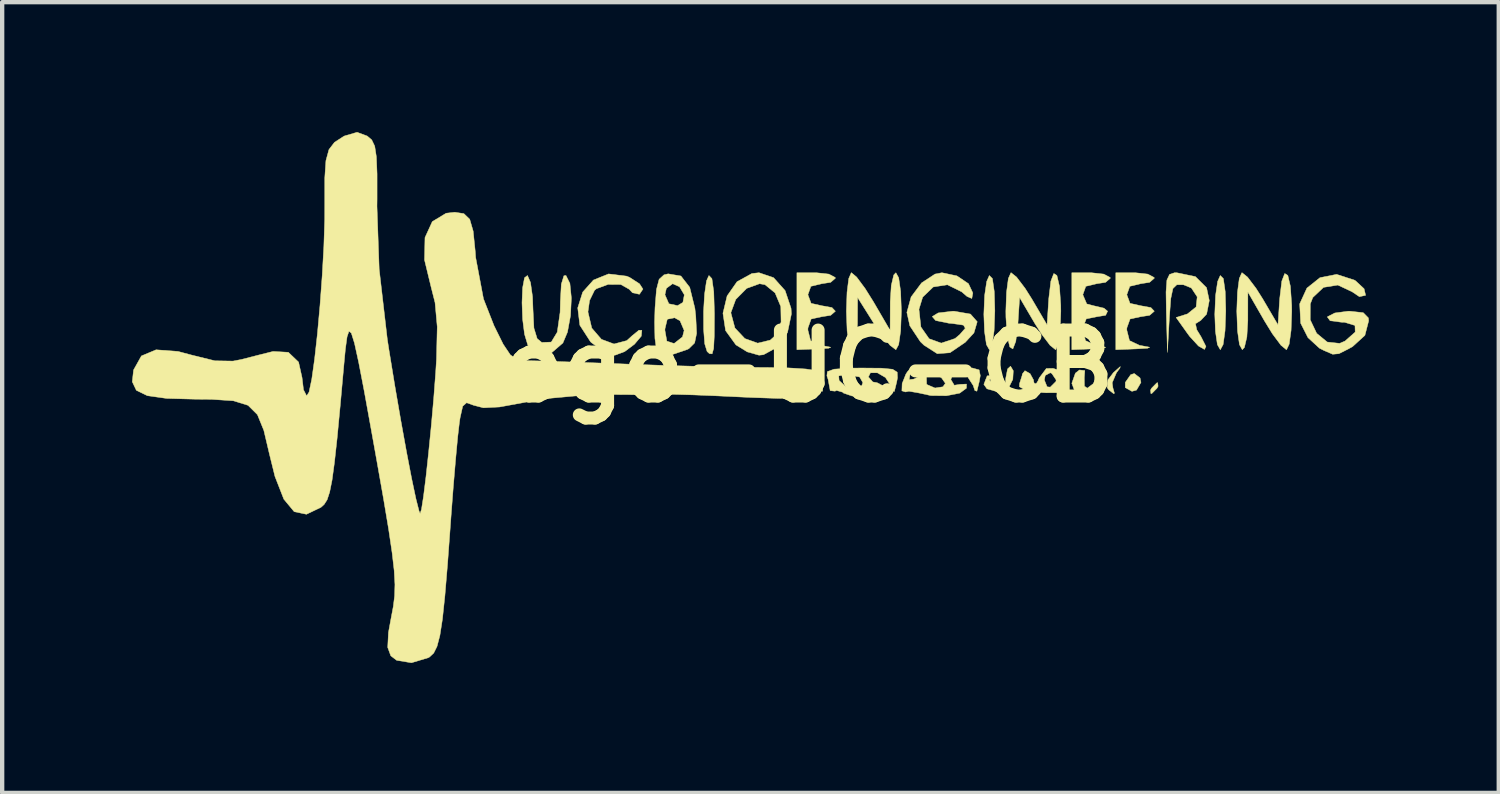
<source format=kicad_pcb>
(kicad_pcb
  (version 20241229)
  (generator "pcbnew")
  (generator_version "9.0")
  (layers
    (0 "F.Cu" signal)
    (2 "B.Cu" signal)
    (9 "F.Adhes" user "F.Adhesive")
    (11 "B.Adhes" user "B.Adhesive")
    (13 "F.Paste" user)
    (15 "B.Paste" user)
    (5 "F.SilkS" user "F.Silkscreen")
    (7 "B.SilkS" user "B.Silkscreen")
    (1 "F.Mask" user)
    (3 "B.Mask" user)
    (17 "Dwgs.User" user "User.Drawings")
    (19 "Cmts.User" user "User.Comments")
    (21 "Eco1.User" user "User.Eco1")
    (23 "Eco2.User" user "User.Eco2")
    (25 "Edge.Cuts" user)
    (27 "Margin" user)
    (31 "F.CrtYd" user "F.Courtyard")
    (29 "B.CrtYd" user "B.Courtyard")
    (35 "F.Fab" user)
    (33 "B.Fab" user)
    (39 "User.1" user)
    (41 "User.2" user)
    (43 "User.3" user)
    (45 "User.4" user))
  (footprint "logo-UC-CB"
    (layer "F.Cu")
    (at 15.229 5.408)
    (property "Reference" "logo-UC-CB" (at 0 0 0) (layer "F.SilkS") (effects (font (size 1.524 1.524) (thickness 0.3))))
    (attr through_hole)
    (fp_poly (pts (xy 8.053 0.273) (xy 8.074 0.375) (xy 7.971 0.552) (xy 7.866 0.581) (xy 7.711 0.494) (xy 7.712 0.375) (xy 7.837 0.196) (xy 7.92 0.169) (xy 8.053 0.273)) (stroke (width 0.01) (type solid)) (fill yes) (layer "F.SilkS"))
    (fp_poly (pts (xy 8.469 0.463) (xy 8.445 0.508) (xy 8.326 0.629) (xy 8.304 0.635) (xy 8.295 0.553) (xy 8.319 0.508) (xy 8.438 0.387) (xy 8.46 0.381) (xy 8.469 0.463)) (stroke (width 0.01) (type solid)) (fill yes) (layer "F.SilkS"))
    (fp_poly (pts (xy 7.587 0.044) (xy 7.507 0.153) (xy 7.409 0.383) (xy 7.426 0.502) (xy 7.462 0.625) (xy 7.444 0.635) (xy 7.329 0.545) (xy 7.295 0.496) (xy 7.311 0.315) (xy 7.439 0.147) (xy 7.597 0.008) (xy 7.587 0.044)) (stroke (width 0.01) (type solid)) (fill yes) (layer "F.SilkS"))
    (fp_poly (pts (xy 4.643 -2.024) (xy 4.686 -1.722) (xy 4.699 -1.277) (xy 4.682 -0.819) (xy 4.638 -0.501) (xy 4.573 -0.381) (xy 4.572 -0.381) (xy 4.505 -0.498) (xy 4.46 -0.806) (xy 4.445 -1.199) (xy 4.463 -1.633) (xy 4.511 -1.958) (xy 4.572 -2.095) (xy 4.643 -2.024)) (stroke (width 0.01) (type solid)) (fill yes) (layer "F.SilkS"))
    (fp_poly (pts (xy 9.977 -2.024) (xy 10.02 -1.722) (xy 10.033 -1.277) (xy 10.016 -0.819) (xy 9.972 -0.501) (xy 9.907 -0.381) (xy 9.906 -0.381) (xy 9.839 -0.498) (xy 9.794 -0.806) (xy 9.779 -1.199) (xy 9.797 -1.633) (xy 9.845 -1.958) (xy 9.906 -2.095) (xy 9.977 -2.024)) (stroke (width 0.01) (type solid)) (fill yes) (layer "F.SilkS"))
    (fp_poly (pts (xy -1.836 -2.022) (xy -1.793 -1.717) (xy -1.778 -1.214) (xy -1.781 -0.706) (xy -1.796 -0.41) (xy -1.831 -0.285) (xy -1.893 -0.29) (xy -1.947 -0.339) (xy -2.002 -0.516) (xy -2.028 -0.853) (xy -2.029 -1.265) (xy -2.005 -1.667) (xy -1.96 -1.973) (xy -1.905 -2.095) (xy -1.836 -2.022)) (stroke (width 0.01) (type solid)) (fill yes) (layer "F.SilkS"))
    (fp_poly (pts (xy 6.777 0.101) (xy 6.765 0.264) (xy 6.768 0.461) (xy 6.834 0.508) (xy 6.974 0.403) (xy 7.024 0.286) (xy 7.07 0.173) (xy 7.095 0.302) (xy 7.097 0.349) (xy 7.052 0.567) (xy 6.841 0.634) (xy 6.795 0.635) (xy 6.543 0.573) (xy 6.477 0.395) (xy 6.559 0.161) (xy 6.653 0.087) (xy 6.777 0.101)) (stroke (width 0.01) (type solid)) (fill yes) (layer "F.SilkS"))
    (fp_poly (pts (xy 5.125 0.105) (xy 5.114 0.303) (xy 4.997 0.539) (xy 4.75 0.589) (xy 4.517 0.522) (xy 4.445 0.42) (xy 4.485 0.318) (xy 4.572 0.318) (xy 4.636 0.381) (xy 4.699 0.318) (xy 4.636 0.254) (xy 4.572 0.318) (xy 4.485 0.318) (xy 4.522 0.223) (xy 4.689 0.217) (xy 4.814 0.347) (xy 4.913 0.488) (xy 4.946 0.4) (xy 4.949 0.286) (xy 4.993 0.063) (xy 5.062 0) (xy 5.125 0.105)) (stroke (width 0.01) (type solid)) (fill yes) (layer "F.SilkS"))
    (fp_poly (pts (xy 0.865 -2.127) (xy 1.012 -2.049) (xy 1.016 -2.032) (xy 0.907 -1.937) (xy 0.699 -1.905) (xy 0.45 -1.845) (xy 0.381 -1.651) (xy 0.455 -1.452) (xy 0.699 -1.397) (xy 0.937 -1.354) (xy 1.016 -1.27) (xy 0.907 -1.175) (xy 0.699 -1.143) (xy 0.456 -1.09) (xy 0.382 -0.884) (xy 0.381 -0.834) (xy 0.443 -0.591) (xy 0.675 -0.481) (xy 0.73 -0.472) (xy 0.909 -0.437) (xy 0.859 -0.415) (xy 0.603 -0.4) (xy 0.127 -0.381) (xy 0.127 -2.159) (xy 0.572 -2.159) (xy 0.865 -2.127)) (stroke (width 0.01) (type solid)) (fill yes) (layer "F.SilkS"))
    (fp_poly (pts (xy 7.215 -2.127) (xy 7.362 -2.049) (xy 7.366 -2.032) (xy 7.257 -1.937) (xy 7.048 -1.905) (xy 6.8 -1.845) (xy 6.731 -1.651) (xy 6.822 -1.438) (xy 6.978 -1.397) (xy 7.221 -1.339) (xy 7.303 -1.27) (xy 7.258 -1.176) (xy 7.056 -1.143) (xy 6.81 -1.093) (xy 6.733 -0.895) (xy 6.731 -0.834) (xy 6.793 -0.591) (xy 7.025 -0.481) (xy 7.08 -0.472) (xy 7.259 -0.437) (xy 7.209 -0.415) (xy 6.953 -0.4) (xy 6.477 -0.381) (xy 6.477 -2.159) (xy 6.921 -2.159) (xy 7.215 -2.127)) (stroke (width 0.01) (type solid)) (fill yes) (layer "F.SilkS"))
    (fp_poly (pts (xy 8.231 -2.127) (xy 8.378 -2.049) (xy 8.382 -2.032) (xy 8.273 -1.937) (xy 8.065 -1.905) (xy 7.816 -1.845) (xy 7.747 -1.651) (xy 7.821 -1.452) (xy 8.065 -1.397) (xy 8.303 -1.354) (xy 8.382 -1.27) (xy 8.273 -1.175) (xy 8.065 -1.143) (xy 7.822 -1.09) (xy 7.748 -0.884) (xy 7.747 -0.834) (xy 7.809 -0.591) (xy 8.041 -0.481) (xy 8.096 -0.472) (xy 8.275 -0.437) (xy 8.225 -0.415) (xy 7.969 -0.4) (xy 7.493 -0.381) (xy 7.493 -2.159) (xy 7.938 -2.159) (xy 8.231 -2.127)) (stroke (width 0.01) (type solid)) (fill yes) (layer "F.SilkS"))
    (fp_poly (pts (xy -5.116 -1.912) (xy -5.082 -1.573) (xy -5.102 -1.168) (xy -5.172 -0.788) (xy -5.278 -0.536) (xy -5.547 -0.304) (xy -5.836 -0.279) (xy -6.072 -0.466) (xy -6.092 -0.5) (xy -6.164 -0.739) (xy -6.208 -1.086) (xy -6.222 -1.468) (xy -6.208 -1.811) (xy -6.164 -2.043) (xy -6.096 -2.095) (xy -6.026 -1.934) (xy -5.979 -1.603) (xy -5.969 -1.322) (xy -5.947 -0.88) (xy -5.872 -0.636) (xy -5.766 -0.549) (xy -5.547 -0.557) (xy -5.408 -0.786) (xy -5.342 -1.246) (xy -5.336 -1.5) (xy -5.314 -1.896) (xy -5.254 -2.089) (xy -5.207 -2.095) (xy -5.116 -1.912)) (stroke (width 0.01) (type solid)) (fill yes) (layer "F.SilkS"))
    (fp_poly (pts (xy 5.201 -2.058) (xy 5.398 -1.798) (xy 5.551 -1.556) (xy 5.905 -0.953) (xy 5.944 -1.556) (xy 5.993 -1.966) (xy 6.061 -2.141) (xy 6.132 -2.096) (xy 6.191 -1.847) (xy 6.221 -1.411) (xy 6.223 -1.27) (xy 6.207 -0.832) (xy 6.165 -0.514) (xy 6.106 -0.382) (xy 6.101 -0.381) (xy 5.975 -0.482) (xy 5.778 -0.742) (xy 5.625 -0.984) (xy 5.271 -1.587) (xy 5.232 -0.984) (xy 5.183 -0.574) (xy 5.115 -0.399) (xy 5.044 -0.444) (xy 4.985 -0.693) (xy 4.955 -1.129) (xy 4.953 -1.27) (xy 4.969 -1.708) (xy 5.011 -2.026) (xy 5.07 -2.158) (xy 5.075 -2.159) (xy 5.201 -2.058)) (stroke (width 0.01) (type solid)) (fill yes) (layer "F.SilkS"))
    (fp_poly (pts (xy 9.331 -2.069) (xy 9.589 -1.813) (xy 9.652 -1.516) (xy 9.59 -1.202) (xy 9.457 -1.06) (xy 9.333 -0.981) (xy 9.363 -0.841) (xy 9.46 -0.683) (xy 9.575 -0.456) (xy 9.541 -0.387) (xy 9.402 -0.467) (xy 9.2 -0.687) (xy 9.151 -0.753) (xy 8.886 -1.125) (xy 9.149 -1.208) (xy 9.348 -1.369) (xy 9.373 -1.602) (xy 9.238 -1.807) (xy 9.055 -1.881) (xy 8.902 -1.882) (xy 8.812 -1.794) (xy 8.763 -1.563) (xy 8.731 -1.134) (xy 8.73 -1.119) (xy 8.685 -0.318) (xy 8.66 -1.238) (xy 8.653 -1.714) (xy 8.673 -1.99) (xy 8.734 -2.12) (xy 8.849 -2.158) (xy 8.898 -2.159) (xy 9.331 -2.069)) (stroke (width 0.01) (type solid)) (fill yes) (layer "F.SilkS"))
    (fp_poly (pts (xy 10.535 -2.058) (xy 10.732 -1.798) (xy 10.885 -1.556) (xy 11.239 -0.953) (xy 11.278 -1.556) (xy 11.327 -1.966) (xy 11.395 -2.141) (xy 11.466 -2.096) (xy 11.525 -1.847) (xy 11.555 -1.411) (xy 11.557 -1.27) (xy 11.541 -0.826) (xy 11.497 -0.509) (xy 11.436 -0.381) (xy 11.433 -0.381) (xy 11.308 -0.483) (xy 11.111 -0.747) (xy 10.926 -1.048) (xy 10.543 -1.714) (xy 10.542 -1.048) (xy 10.52 -0.675) (xy 10.463 -0.433) (xy 10.414 -0.381) (xy 10.349 -0.498) (xy 10.304 -0.813) (xy 10.287 -1.269) (xy 10.287 -1.27) (xy 10.303 -1.708) (xy 10.345 -2.026) (xy 10.404 -2.158) (xy 10.409 -2.159) (xy 10.535 -2.058)) (stroke (width 0.01) (type solid)) (fill yes) (layer "F.SilkS"))
    (fp_poly (pts (xy 2.478 -2.042) (xy 2.523 -1.727) (xy 2.54 -1.271) (xy 2.54 -1.27) (xy 2.523 -0.815) (xy 2.478 -0.5) (xy 2.414 -0.381) (xy 2.413 -0.381) (xy 2.281 -0.48) (xy 2.074 -0.737) (xy 1.908 -0.984) (xy 1.529 -1.587) (xy 1.526 -0.984) (xy 1.501 -0.633) (xy 1.439 -0.415) (xy 1.397 -0.381) (xy 1.332 -0.498) (xy 1.287 -0.813) (xy 1.27 -1.269) (xy 1.27 -1.27) (xy 1.285 -1.708) (xy 1.325 -2.026) (xy 1.382 -2.158) (xy 1.387 -2.159) (xy 1.507 -2.058) (xy 1.703 -1.794) (xy 1.892 -1.492) (xy 2.28 -0.826) (xy 2.283 -1.492) (xy 2.307 -1.865) (xy 2.364 -2.107) (xy 2.413 -2.159) (xy 2.478 -2.042)) (stroke (width 0.01) (type solid)) (fill yes) (layer "F.SilkS"))
    (fp_poly (pts (xy -3.807 -2.08) (xy -3.737 -2.051) (xy -3.508 -1.903) (xy -3.429 -1.781) (xy -3.51 -1.661) (xy -3.67 -1.696) (xy -3.747 -1.778) (xy -3.94 -1.887) (xy -4.235 -1.889) (xy -4.502 -1.79) (xy -4.547 -1.753) (xy -4.662 -1.517) (xy -4.699 -1.254) (xy -4.611 -0.88) (xy -4.388 -0.621) (xy -4.097 -0.513) (xy -3.802 -0.591) (xy -3.68 -0.702) (xy -3.522 -0.831) (xy -3.454 -0.829) (xy -3.467 -0.694) (xy -3.625 -0.507) (xy -3.852 -0.337) (xy -4.072 -0.255) (xy -4.089 -0.254) (xy -4.34 -0.34) (xy -4.622 -0.547) (xy -4.641 -0.566) (xy -4.886 -0.946) (xy -4.935 -1.346) (xy -4.82 -1.711) (xy -4.572 -1.99) (xy -4.223 -2.131) (xy -3.807 -2.08)) (stroke (width 0.01) (type solid)) (fill yes) (layer "F.SilkS"))
    (fp_poly (pts (xy -0.411 -2.044) (xy -0.146 -1.747) (xy -0.008 -1.337) (xy 0 -1.206) (xy -0.09 -0.778) (xy -0.324 -0.44) (xy -0.645 -0.265) (xy -0.748 -0.254) (xy -1.02 -0.331) (xy -1.281 -0.492) (xy -1.52 -0.822) (xy -1.581 -1.223) (xy -1.579 -1.229) (xy -1.397 -1.229) (xy -1.305 -0.883) (xy -1.075 -0.638) (xy -0.779 -0.532) (xy -0.489 -0.602) (xy -0.381 -0.699) (xy -0.238 -1.018) (xy -0.245 -1.378) (xy -0.377 -1.693) (xy -0.61 -1.883) (xy -0.736 -1.905) (xy -1.032 -1.798) (xy -1.285 -1.543) (xy -1.397 -1.24) (xy -1.397 -1.229) (xy -1.579 -1.229) (xy -1.485 -1.623) (xy -1.255 -1.952) (xy -0.914 -2.14) (xy -0.748 -2.159) (xy -0.411 -2.044)) (stroke (width 0.01) (type solid)) (fill yes) (layer "F.SilkS"))
    (fp_poly (pts (xy 6.246 0.117) (xy 6.297 0.127) (xy 6.34 0.234) (xy 6.35 0.386) (xy 6.319 0.544) (xy 6.183 0.612) (xy 5.875 0.614) (xy 5.777 0.608) (xy 5.411 0.561) (xy 5.266 0.473) (xy 5.269 0.402) (xy 5.329 0.215) (xy 5.334 0.18) (xy 5.394 0.104) (xy 5.512 0.171) (xy 5.593 0.319) (xy 5.596 0.349) (xy 5.624 0.457) (xy 5.7 0.331) (xy 5.705 0.318) (xy 5.842 0.318) (xy 5.906 0.476) (xy 5.979 0.484) (xy 6.11 0.353) (xy 6.115 0.318) (xy 6.016 0.169) (xy 5.979 0.151) (xy 5.863 0.213) (xy 5.842 0.318) (xy 5.705 0.318) (xy 5.724 0.272) (xy 5.888 0.053) (xy 6.044 0.05) (xy 6.246 0.117)) (stroke (width 0.01) (type solid)) (fill yes) (layer "F.SilkS"))
    (fp_poly (pts (xy 3.822 -2.086) (xy 4.09 -1.906) (xy 4.191 -1.69) (xy 4.167 -1.564) (xy 4.057 -1.611) (xy 3.933 -1.718) (xy 3.602 -1.881) (xy 3.276 -1.83) (xy 3.032 -1.595) (xy 2.946 -1.315) (xy 2.991 -0.906) (xy 3.181 -0.634) (xy 3.462 -0.533) (xy 3.779 -0.639) (xy 3.888 -0.73) (xy 4.016 -0.877) (xy 3.975 -0.948) (xy 3.726 -0.985) (xy 3.641 -0.992) (xy 3.332 -1.055) (xy 3.253 -1.146) (xy 3.389 -1.23) (xy 3.725 -1.27) (xy 3.758 -1.27) (xy 4.136 -1.204) (xy 4.292 -1.027) (xy 4.216 -0.769) (xy 4.015 -0.551) (xy 3.662 -0.311) (xy 3.369 -0.289) (xy 3.062 -0.486) (xy 2.979 -0.566) (xy 2.736 -0.932) (xy 2.667 -1.242) (xy 2.765 -1.6) (xy 3.007 -1.924) (xy 3.317 -2.128) (xy 3.477 -2.159) (xy 3.822 -2.086)) (stroke (width 0.01) (type solid)) (fill yes) (layer "F.SilkS"))
    (fp_poly (pts (xy 13.004 -1.988) (xy 13.029 -1.973) (xy 13.227 -1.789) (xy 13.263 -1.637) (xy 13.119 -1.606) (xy 12.947 -1.721) (xy 12.621 -1.874) (xy 12.291 -1.821) (xy 12.043 -1.587) (xy 11.985 -1.439) (xy 11.983 -1.072) (xy 12.132 -0.759) (xy 12.376 -0.558) (xy 12.663 -0.527) (xy 12.788 -0.581) (xy 13.022 -0.788) (xy 13.017 -0.941) (xy 12.779 -1.014) (xy 12.703 -1.016) (xy 12.443 -1.05) (xy 12.379 -1.136) (xy 12.383 -1.143) (xy 12.551 -1.229) (xy 12.859 -1.27) (xy 12.898 -1.27) (xy 13.208 -1.236) (xy 13.326 -1.116) (xy 13.333 -1.048) (xy 13.246 -0.712) (xy 12.963 -0.454) (xy 12.867 -0.4) (xy 12.647 -0.289) (xy 12.502 -0.276) (xy 12.3 -0.363) (xy 12.196 -0.416) (xy 11.931 -0.66) (xy 11.763 -0.992) (xy 11.74 -1.439) (xy 11.907 -1.804) (xy 12.209 -2.045) (xy 12.593 -2.121) (xy 13.004 -1.988)) (stroke (width 0.01) (type solid)) (fill yes) (layer "F.SilkS"))
    (fp_poly (pts (xy -2.552 -2.083) (xy -2.349 -1.822) (xy -2.229 -1.336) (xy -2.209 -1.158) (xy -2.189 -0.761) (xy -2.235 -0.537) (xy -2.366 -0.407) (xy -2.4 -0.388) (xy -2.764 -0.264) (xy -3.031 -0.312) (xy -3.122 -0.427) (xy -3.152 -0.642) (xy -3.156 -0.826) (xy -2.921 -0.826) (xy -2.877 -0.579) (xy -2.722 -0.528) (xy -2.699 -0.532) (xy -2.516 -0.676) (xy -2.477 -0.826) (xy -2.573 -1.05) (xy -2.699 -1.119) (xy -2.867 -1.085) (xy -2.921 -0.86) (xy -2.921 -0.826) (xy -3.156 -0.826) (xy -3.16 -1.017) (xy -3.15 -1.348) (xy -3.126 -1.651) (xy -2.921 -1.651) (xy -2.83 -1.442) (xy -2.63 -1.399) (xy -2.506 -1.473) (xy -2.473 -1.649) (xy -2.584 -1.835) (xy -2.744 -1.905) (xy -2.888 -1.799) (xy -2.921 -1.651) (xy -3.126 -1.651) (xy -3.116 -1.774) (xy -3.055 -2.008) (xy -2.943 -2.11) (xy -2.846 -2.133) (xy -2.552 -2.083)) (stroke (width 0.01) (type solid)) (fill yes) (layer "F.SilkS"))
    (fp_poly (pts (xy 2.082 0.046) (xy 2.338 0.071) (xy 2.444 0.138) (xy 2.45 0.268) (xy 2.431 0.37) (xy 2.378 0.584) (xy 2.332 0.563) (xy 2.294 0.445) (xy 2.172 0.261) (xy 1.985 0.152) (xy 1.825 0.153) (xy 1.778 0.248) (xy 1.881 0.364) (xy 1.979 0.381) (xy 2.126 0.458) (xy 2.127 0.54) (xy 1.98 0.641) (xy 1.699 0.693) (xy 1.401 0.689) (xy 1.202 0.62) (xy 1.186 0.601) (xy 1.044 0.56) (xy 1.007 0.577) (xy 0.896 0.564) (xy 0.889 0.526) (xy 0.847 0.301) (xy 0.821 0.224) (xy 1.093 0.224) (xy 1.102 0.33) (xy 1.243 0.462) (xy 1.455 0.506) (xy 1.622 0.453) (xy 1.651 0.381) (xy 1.577 0.25) (xy 1.556 0.244) (xy 1.358 0.214) (xy 1.247 0.193) (xy 1.093 0.224) (xy 0.821 0.224) (xy 0.82 0.222) (xy 0.831 0.125) (xy 0.985 0.069) (xy 1.324 0.045) (xy 1.624 0.042) (xy 2.082 0.046)) (stroke (width 0.01) (type solid)) (fill yes) (layer "F.SilkS"))
    (fp_poly (pts (xy 2.758 0.123) (xy 2.745 0.162) (xy 2.72 0.311) (xy 2.83 0.297) (xy 2.935 0.242) (xy 3.119 0.242) (xy 3.123 0.411) (xy 3.136 0.427) (xy 3.317 0.504) (xy 3.5 0.476) (xy 3.556 0.395) (xy 3.459 0.257) (xy 3.265 0.19) (xy 3.119 0.242) (xy 2.935 0.242) (xy 2.956 0.231) (xy 3.258 0.129) (xy 3.674 0.06) (xy 3.822 0.049) (xy 4.176 0.041) (xy 4.336 0.085) (xy 4.363 0.217) (xy 4.338 0.36) (xy 4.284 0.578) (xy 4.237 0.562) (xy 4.199 0.445) (xy 4.07 0.245) (xy 3.882 0.152) (xy 3.725 0.189) (xy 3.683 0.308) (xy 3.762 0.44) (xy 3.891 0.42) (xy 4.044 0.413) (xy 4.043 0.508) (xy 3.888 0.622) (xy 3.581 0.682) (xy 3.219 0.678) (xy 2.948 0.619) (xy 2.715 0.578) (xy 2.635 0.595) (xy 2.552 0.569) (xy 2.558 0.401) (xy 2.645 0.182) (xy 2.681 0.127) (xy 2.777 0.013) (xy 2.758 0.123)) (stroke (width 0.01) (type solid)) (fill yes) (layer "F.SilkS"))
    (fp_poly (pts (xy -9.797 -5.316) (xy -9.693 -5.227) (xy -9.624 -5.083) (xy -9.586 -4.837) (xy -9.57 -4.443) (xy -9.57 -3.852) (xy -9.572 -3.694) (xy -9.521 -2.237) (xy -9.333 -0.62) (xy -9.296 -0.381) (xy -9.16 0.45) (xy -9.022 1.25) (xy -8.89 1.978) (xy -8.771 2.596) (xy -8.672 3.064) (xy -8.601 3.343) (xy -8.576 3.403) (xy -8.544 3.308) (xy -8.497 3.008) (xy -8.44 2.552) (xy -8.379 1.989) (xy -8.317 1.368) (xy -8.261 0.736) (xy -8.216 0.144) (xy -8.197 -0.165) (xy -8.18 -0.91) (xy -8.231 -1.47) (xy -8.319 -1.816) (xy -8.474 -2.455) (xy -8.463 -2.971) (xy -8.294 -3.34) (xy -7.975 -3.533) (xy -7.776 -3.556) (xy -7.565 -3.524) (xy -7.43 -3.394) (xy -7.35 -3.119) (xy -7.302 -2.649) (xy -7.293 -2.514) (xy -7.112 -1.555) (xy -6.869 -0.936) (xy -6.656 -0.506) (xy -6.491 -0.261) (xy -6.329 -0.152) (xy -6.134 -0.128) (xy -5.886 -0.123) (xy -5.437 -0.109) (xy -4.843 -0.088) (xy -4.158 -0.063) (xy -3.81 -0.049) (xy -3 -0.02) (xy -2.157 0.004) (xy -1.371 0.021) (xy -0.729 0.029) (xy -0.603 0.029) (xy -0.077 0.039) (xy 0.337 0.065) (xy 0.587 0.103) (xy 0.635 0.131) (xy 0.676 0.329) (xy 0.713 0.436) (xy 0.722 0.578) (xy 0.586 0.559) (xy 0.412 0.562) (xy 0.381 0.635) (xy 0.315 0.701) (xy 0.098 0.737) (xy -0.302 0.744) (xy -0.915 0.723) (xy -1.111 0.714) (xy -1.724 0.685) (xy -2.262 0.663) (xy -2.663 0.652) (xy -2.857 0.651) (xy -3.099 0.656) (xy -3.516 0.658) (xy -4.03 0.655) (xy -4.191 0.653) (xy -4.846 0.674) (xy -5.548 0.738) (xy -6.152 0.833) (xy -6.18 0.839) (xy -6.741 0.942) (xy -7.113 0.961) (xy -7.341 0.902) (xy -7.502 0.844) (xy -7.592 0.924) (xy -7.653 1.195) (xy -7.669 1.305) (xy -7.707 1.631) (xy -7.755 2.146) (xy -7.809 2.783) (xy -7.862 3.477) (xy -7.872 3.619) (xy -7.942 4.572) (xy -8.003 5.301) (xy -8.06 5.841) (xy -8.119 6.22) (xy -8.185 6.472) (xy -8.262 6.627) (xy -8.357 6.716) (xy -8.386 6.733) (xy -8.776 6.85) (xy -9.118 6.793) (xy -9.253 6.689) (xy -9.324 6.495) (xy -9.307 6.152) (xy -9.243 5.803) (xy -9.195 5.55) (xy -9.165 5.308) (xy -9.157 5.042) (xy -9.175 4.719) (xy -9.223 4.305) (xy -9.303 3.765) (xy -9.42 3.066) (xy -9.578 2.173) (xy -9.706 1.46) (xy -9.868 0.567) (xy -9.995 -0.091) (xy -10.091 -0.53) (xy -10.164 -0.764) (xy -10.219 -0.808) (xy -10.263 -0.679) (xy -10.302 -0.391) (xy -10.333 -0.064) (xy -10.421 0.913) (xy -10.493 1.668) (xy -10.555 2.231) (xy -10.61 2.634) (xy -10.665 2.908) (xy -10.723 3.084) (xy -10.791 3.192) (xy -10.866 3.26) (xy -11.201 3.42) (xy -11.484 3.36) (xy -11.723 3.072) (xy -11.928 2.547) (xy -12.055 2.034) (xy -12.185 1.483) (xy -12.333 1.12) (xy -12.55 0.904) (xy -12.889 0.799) (xy -13.402 0.765) (xy -13.767 0.762) (xy -14.432 0.744) (xy -14.876 0.681) (xy -15.13 0.557) (xy -15.224 0.359) (xy -15.194 0.087) (xy -15.013 -0.237) (xy -14.674 -0.379) (xy -14.167 -0.341) (xy -13.848 -0.256) (xy -13.316 -0.125) (xy -12.897 -0.118) (xy -12.705 -0.155) (xy -12.315 -0.255) (xy -11.983 -0.338) (xy -11.969 -0.341) (xy -11.619 -0.321) (xy -11.383 -0.096) (xy -11.303 0.262) (xy -11.269 0.545) (xy -11.196 0.686) (xy -11.141 0.598) (xy -11.078 0.3) (xy -11.013 -0.163) (xy -10.948 -0.746) (xy -10.888 -1.405) (xy -10.837 -2.095) (xy -10.799 -2.772) (xy -10.779 -3.391) (xy -10.778 -3.747) (xy -10.778 -4.347) (xy -10.751 -4.748) (xy -10.681 -5.004) (xy -10.553 -5.171) (xy -10.351 -5.302) (xy -10.322 -5.318) (xy -10.031 -5.403) (xy -9.797 -5.316)) (stroke (width 0.01) (type solid)) (fill yes) (layer "F.SilkS")))
  (gr_rect
    (start -3 -3)
    (end 31.567 15.263)
    (stroke (width 0.1) (type default))
    (fill no)
    (layer "Edge.Cuts")))
</source>
